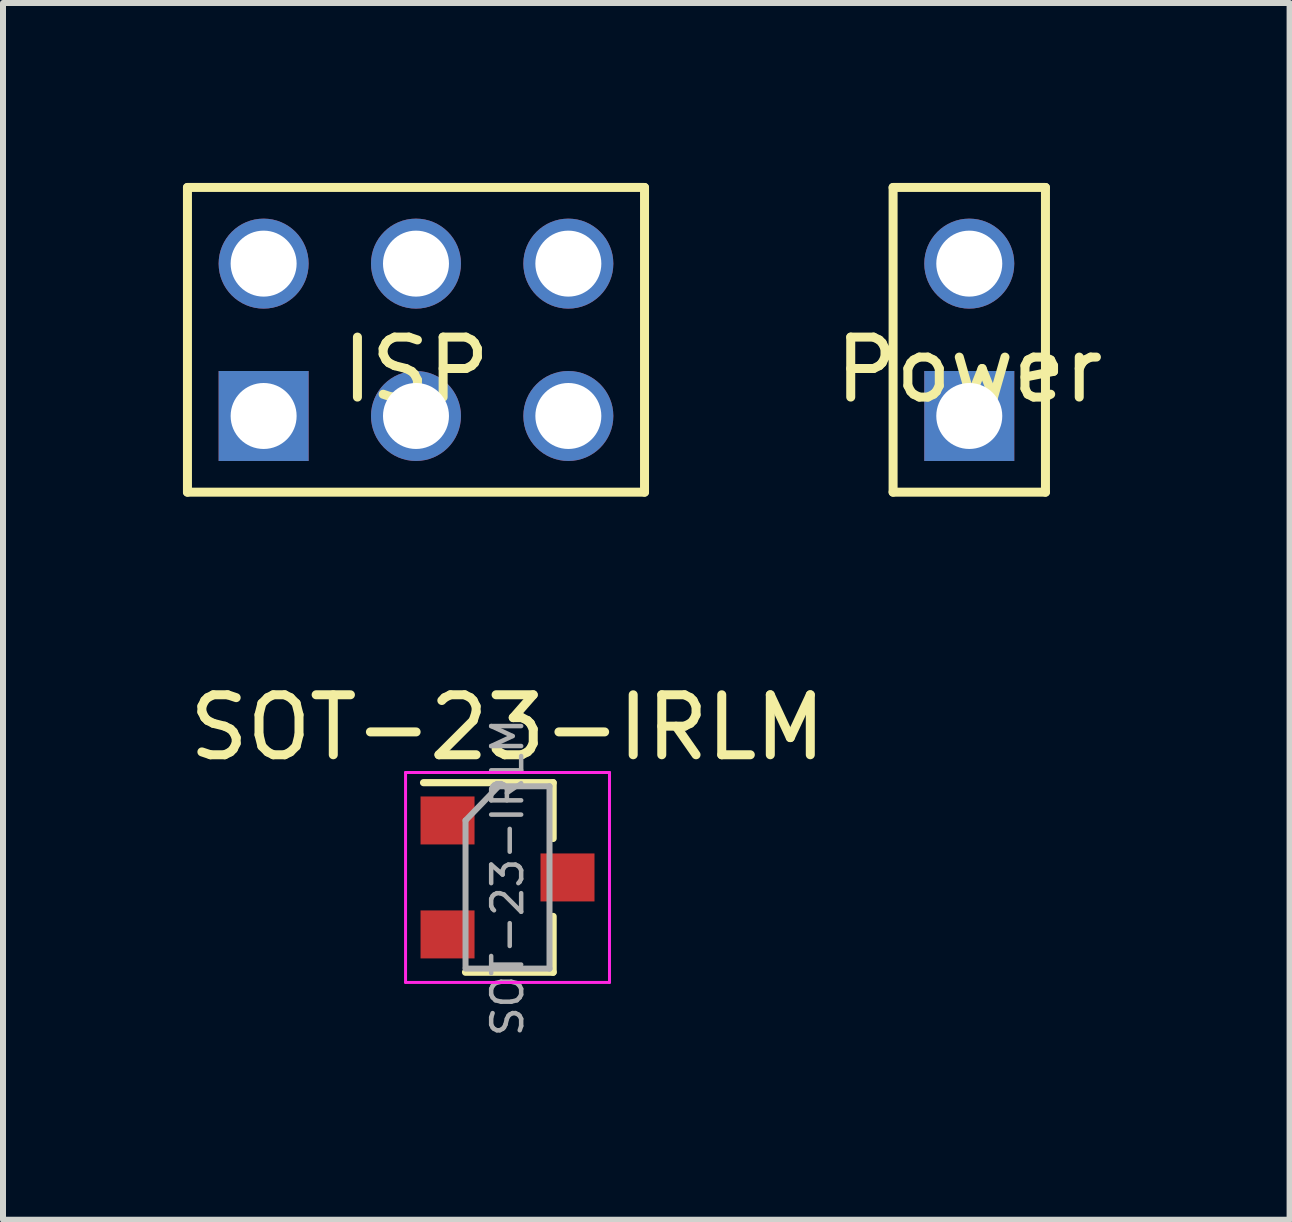
<source format=kicad_pcb>
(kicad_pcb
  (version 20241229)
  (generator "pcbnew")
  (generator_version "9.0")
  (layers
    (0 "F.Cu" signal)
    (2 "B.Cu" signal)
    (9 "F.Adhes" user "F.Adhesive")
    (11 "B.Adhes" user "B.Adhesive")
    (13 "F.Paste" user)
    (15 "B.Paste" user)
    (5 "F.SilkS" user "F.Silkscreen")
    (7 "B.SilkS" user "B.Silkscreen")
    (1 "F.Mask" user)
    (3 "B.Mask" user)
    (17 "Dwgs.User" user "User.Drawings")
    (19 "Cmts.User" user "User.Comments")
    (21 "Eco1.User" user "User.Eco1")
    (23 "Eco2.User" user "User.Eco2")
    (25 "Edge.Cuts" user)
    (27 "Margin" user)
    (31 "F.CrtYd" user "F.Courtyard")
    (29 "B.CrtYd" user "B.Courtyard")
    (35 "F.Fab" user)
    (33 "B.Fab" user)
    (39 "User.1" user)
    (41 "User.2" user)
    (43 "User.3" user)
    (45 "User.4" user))
  (footprint "ISP"
    (layer "F.Cu")
    (at 3.885 2.615)
    (property "Reference" "ISP" (at 0 0.5 0) (layer "F.SilkS") (effects (font (size 1 1) (thickness 0.15))))
    (attr through_hole)
    (fp_line (start -3.81 -2.54) (end 3.81 -2.54) (stroke (width 0.15) (type solid)) (layer "F.SilkS"))
    (fp_line (start -3.81 2.54) (end -3.81 -2.54) (stroke (width 0.15) (type solid)) (layer "F.SilkS"))
    (fp_line (start 3.81 -2.54) (end 3.81 2.54) (stroke (width 0.15) (type solid)) (layer "F.SilkS"))
    (fp_line (start 3.81 2.54) (end -3.81 2.54) (stroke (width 0.15) (type solid)) (layer "F.SilkS"))
    (pad "1" thru_hole rect (at -2.54 1.27) (size 1.5 1.5) (drill 1.1) (layers "*.Cu" "*.Mask"))
    (pad "2" thru_hole circle (at -2.54 -1.27) (size 1.5 1.5) (drill 1.1) (layers "*.Cu" "*.Mask"))
    (pad "3" thru_hole circle (at 0 1.27) (size 1.5 1.5) (drill 1.1) (layers "*.Cu" "*.Mask"))
    (pad "4" thru_hole circle (at 0 -1.27) (size 1.5 1.5) (drill 1.1) (layers "*.Cu" "*.Mask"))
    (pad "5" thru_hole circle (at 2.54 1.27) (size 1.5 1.5) (drill 1.1) (layers "*.Cu" "*.Mask"))
    (pad "6" thru_hole circle (at 2.54 -1.27) (size 1.5 1.5) (drill 1.1) (layers "*.Cu" "*.Mask")))
  (footprint "SOT-23-IRLM"
    (layer "F.Cu")
    (at 5.411 11.578)
    (property "Reference" "SOT-23-IRLM" (at 0 -2.5 0) (layer "F.SilkS") (effects (font (size 1 1) (thickness 0.15))))
    (attr smd)
    (fp_line (start 0.76 -1.58) (end -1.4 -1.58) (stroke (width 0.12) (type solid)) (layer "F.SilkS"))
    (fp_line (start 0.76 -1.58) (end 0.76 -0.65) (stroke (width 0.12) (type solid)) (layer "F.SilkS"))
    (fp_line (start 0.76 1.58) (end -0.7 1.58) (stroke (width 0.12) (type solid)) (layer "F.SilkS"))
    (fp_line (start 0.76 1.58) (end 0.76 0.65) (stroke (width 0.12) (type solid)) (layer "F.SilkS"))
    (fp_line (start -1.7 -1.75) (end 1.7 -1.75) (stroke (width 0.05) (type solid)) (layer "F.CrtYd"))
    (fp_line (start -1.7 1.75) (end -1.7 -1.75) (stroke (width 0.05) (type solid)) (layer "F.CrtYd"))
    (fp_line (start 1.7 -1.75) (end 1.7 1.75) (stroke (width 0.05) (type solid)) (layer "F.CrtYd"))
    (fp_line (start 1.7 1.75) (end -1.7 1.75) (stroke (width 0.05) (type solid)) (layer "F.CrtYd"))
    (fp_line (start -0.7 -0.95) (end -0.7 1.5) (stroke (width 0.1) (type solid)) (layer "F.Fab"))
    (fp_line (start -0.7 -0.95) (end -0.15 -1.52) (stroke (width 0.1) (type solid)) (layer "F.Fab"))
    (fp_line (start -0.7 1.52) (end 0.7 1.52) (stroke (width 0.1) (type solid)) (layer "F.Fab"))
    (fp_line (start -0.15 -1.52) (end 0.7 -1.52) (stroke (width 0.1) (type solid)) (layer "F.Fab"))
    (fp_line (start 0.7 -1.52) (end 0.7 1.52) (stroke (width 0.1) (type solid)) (layer "F.Fab"))
    (fp_text user "${REFERENCE}" (at 0 0 90) (layer "F.Fab") (effects (font (size 0.5 0.5) (thickness 0.075))))
    (pad "1" smd rect (at 1 0) (size 0.9 0.8) (layers "F.Cu" "F.Mask" "F.Paste"))
    (pad "2" smd rect (at -1 0.95) (size 0.9 0.8) (layers "F.Cu" "F.Mask" "F.Paste"))
    (pad "3" smd rect (at -1 -0.95) (size 0.9 0.8) (layers "F.Cu" "F.Mask" "F.Paste")))
  (footprint "Power"
    (layer "F.Cu")
    (at 13.109 2.615)
    (property "Reference" "Power" (at 0 0.5 0) (layer "F.SilkS") (effects (font (size 1 1) (thickness 0.15))))
    (attr through_hole)
    (fp_line (start -1.27 -2.54) (end 1.27 -2.54) (stroke (width 0.15) (type solid)) (layer "F.SilkS"))
    (fp_line (start -1.27 2.54) (end -1.27 -2.54) (stroke (width 0.15) (type solid)) (layer "F.SilkS"))
    (fp_line (start 1.27 -2.54) (end 1.27 2.54) (stroke (width 0.15) (type solid)) (layer "F.SilkS"))
    (fp_line (start 1.27 2.54) (end -1.27 2.54) (stroke (width 0.15) (type solid)) (layer "F.SilkS"))
    (pad "1" thru_hole rect (at 0 1.27) (size 1.5 1.5) (drill 1.1) (layers "*.Cu" "*.Mask"))
    (pad "2" thru_hole circle (at 0 -1.27) (size 1.5 1.5) (drill 1.1) (layers "*.Cu" "*.Mask")))
  (gr_rect
    (start -3 -3)
    (end 18.449 17.284)
    (stroke (width 0.1) (type default))
    (fill no)
    (layer "Edge.Cuts")))
</source>
